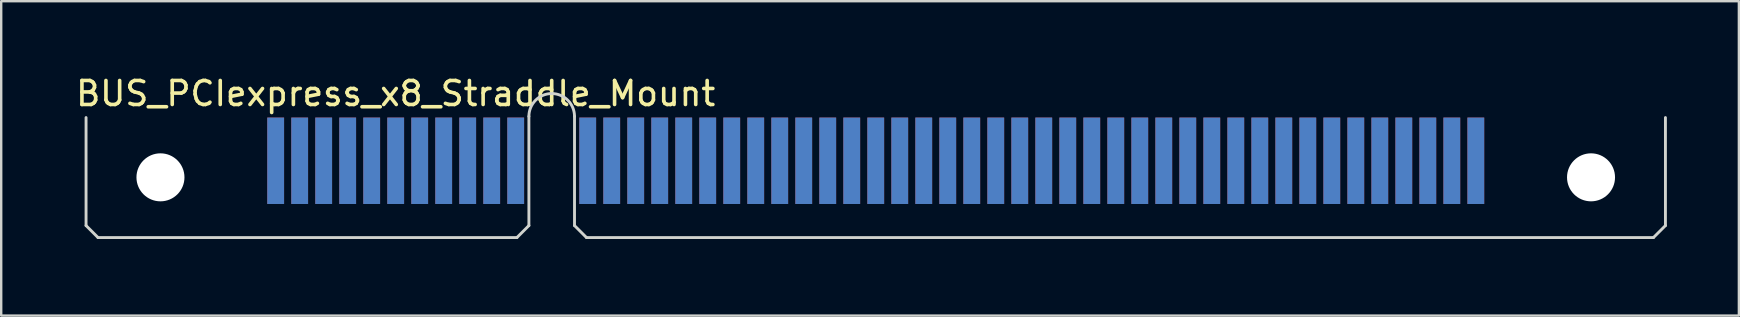
<source format=kicad_pcb>
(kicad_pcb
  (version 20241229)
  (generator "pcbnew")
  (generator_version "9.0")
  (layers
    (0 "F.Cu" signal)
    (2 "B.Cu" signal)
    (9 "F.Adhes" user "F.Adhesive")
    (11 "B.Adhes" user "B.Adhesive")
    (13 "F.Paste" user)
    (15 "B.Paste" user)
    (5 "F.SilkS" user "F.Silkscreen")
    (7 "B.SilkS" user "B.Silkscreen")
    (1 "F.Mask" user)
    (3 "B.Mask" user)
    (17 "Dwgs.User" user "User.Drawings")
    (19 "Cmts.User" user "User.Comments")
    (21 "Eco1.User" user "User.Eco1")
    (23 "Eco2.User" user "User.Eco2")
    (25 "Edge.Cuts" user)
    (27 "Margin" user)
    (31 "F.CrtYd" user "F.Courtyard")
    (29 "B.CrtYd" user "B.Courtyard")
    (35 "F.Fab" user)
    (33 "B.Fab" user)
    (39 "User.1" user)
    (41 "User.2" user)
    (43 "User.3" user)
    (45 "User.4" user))
  (footprint "BUS_PCIexpress_x8_Straddle_Mount"
    (layer "F.Cu")
    (at 19.935 6.848)
    (property "Reference" "BUS_PCIexpress_x8_Straddle_Mount" (at -6.5 -6 0) (layer "F.SilkS") (effects (font (size 1 1) (thickness 0.15))))
    (attr through_hole)
    (fp_line (start -19.4 -5) (end -19.4 -0.5) (stroke (width 0.12) (type solid)) (layer "Edge.Cuts"))
    (fp_line (start -19.4 -0.5) (end -18.9 0) (stroke (width 0.12) (type solid)) (layer "Edge.Cuts"))
    (fp_line (start -18.9 0) (end -1.45 0) (stroke (width 0.12) (type solid)) (layer "Edge.Cuts"))
    (fp_line (start -1.45 0) (end -0.95 -0.5) (stroke (width 0.12) (type solid)) (layer "Edge.Cuts"))
    (fp_line (start -0.95 -0.5) (end -0.95 -5.05) (stroke (width 0.12) (type solid)) (layer "Edge.Cuts"))
    (fp_line (start 0.95 -0.5) (end 0.95 -5.05) (stroke (width 0.12) (type solid)) (layer "Edge.Cuts"))
    (fp_line (start 0.95 -0.5) (end 1.45 0) (stroke (width 0.12) (type solid)) (layer "Edge.Cuts"))
    (fp_line (start 1.45 0) (end 45.9 0) (stroke (width 0.12) (type solid)) (layer "Edge.Cuts"))
    (fp_line (start 45.9 0) (end 46.4 -0.5) (stroke (width 0.12) (type solid)) (layer "Edge.Cuts"))
    (fp_line (start 46.4 -0.5) (end 46.4 -5) (stroke (width 0.12) (type solid)) (layer "Edge.Cuts"))
    (fp_arc (start -0.95 -5.05) (mid 0 -6) (end 0.95 -5.05) (stroke (width 0.12) (type solid)) (layer "Edge.Cuts"))
    (pad "" np_thru_hole circle (at -16.3 -2.51) (size 2 2) (drill 2) (layers "*.Cu" "*.Mask"))
    (pad "" np_thru_hole circle (at 43.3 -2.51) (size 2 2) (drill 2) (layers "*.Cu" "*.Mask"))
    (pad "A1" smd rect (at -11.5 -3.2) (size 0.7 3.6) (layers "F.Cu" "F.Mask" "F.Paste"))
    (pad "A2" smd rect (at -10.5 -3.2) (size 0.7 3.6) (layers "F.Cu" "F.Mask" "F.Paste"))
    (pad "A3" smd rect (at -9.5 -3.2) (size 0.7 3.6) (layers "F.Cu" "F.Mask" "F.Paste"))
    (pad "A4" smd rect (at -8.5 -3.2) (size 0.7 3.6) (layers "F.Cu" "F.Mask" "F.Paste"))
    (pad "A5" smd rect (at -7.5 -3.2) (size 0.7 3.6) (layers "F.Cu" "F.Mask" "F.Paste"))
    (pad "A6" smd rect (at -6.5 -3.2) (size 0.7 3.6) (layers "F.Cu" "F.Mask" "F.Paste"))
    (pad "A7" smd rect (at -5.5 -3.2) (size 0.7 3.6) (layers "F.Cu" "F.Mask" "F.Paste"))
    (pad "A8" smd rect (at -4.5 -3.2) (size 0.7 3.6) (layers "F.Cu" "F.Mask" "F.Paste"))
    (pad "A9" smd rect (at -3.5 -3.2) (size 0.7 3.6) (layers "F.Cu" "F.Mask" "F.Paste"))
    (pad "A10" smd rect (at -2.5 -3.2) (size 0.7 3.6) (layers "F.Cu" "F.Mask" "F.Paste"))
    (pad "A11" smd rect (at -1.5 -3.2) (size 0.7 3.6) (layers "F.Cu" "F.Mask" "F.Paste"))
    (pad "A12" smd rect (at 1.5 -3.2) (size 0.7 3.6) (layers "F.Cu" "F.Mask" "F.Paste"))
    (pad "A13" smd rect (at 2.5 -3.2) (size 0.7 3.6) (layers "F.Cu" "F.Mask" "F.Paste"))
    (pad "A14" smd rect (at 3.5 -3.2) (size 0.7 3.6) (layers "F.Cu" "F.Mask" "F.Paste"))
    (pad "A15" smd rect (at 4.5 -3.2) (size 0.7 3.6) (layers "F.Cu" "F.Mask" "F.Paste"))
    (pad "A16" smd rect (at 5.5 -3.2) (size 0.7 3.6) (layers "F.Cu" "F.Mask" "F.Paste"))
    (pad "A17" smd rect (at 6.5 -3.2) (size 0.7 3.6) (layers "F.Cu" "F.Mask" "F.Paste"))
    (pad "A18" smd rect (at 7.5 -3.2) (size 0.7 3.6) (layers "F.Cu" "F.Mask" "F.Paste"))
    (pad "A19" smd rect (at 8.5 -3.2) (size 0.7 3.6) (layers "F.Cu" "F.Mask" "F.Paste"))
    (pad "A20" smd rect (at 9.5 -3.2) (size 0.7 3.6) (layers "F.Cu" "F.Mask" "F.Paste"))
    (pad "A21" smd rect (at 10.5 -3.2) (size 0.7 3.6) (layers "F.Cu" "F.Mask" "F.Paste"))
    (pad "A22" smd rect (at 11.5 -3.2) (size 0.7 3.6) (layers "F.Cu" "F.Mask" "F.Paste"))
    (pad "A23" smd rect (at 12.5 -3.2) (size 0.7 3.6) (layers "F.Cu" "F.Mask" "F.Paste"))
    (pad "A24" smd rect (at 13.5 -3.2) (size 0.7 3.6) (layers "F.Cu" "F.Mask" "F.Paste"))
    (pad "A25" smd rect (at 14.5 -3.2) (size 0.7 3.6) (layers "F.Cu" "F.Mask" "F.Paste"))
    (pad "A26" smd rect (at 15.5 -3.2) (size 0.7 3.6) (layers "F.Cu" "F.Mask" "F.Paste"))
    (pad "A27" smd rect (at 16.5 -3.2) (size 0.7 3.6) (layers "F.Cu" "F.Mask" "F.Paste"))
    (pad "A28" smd rect (at 17.5 -3.2) (size 0.7 3.6) (layers "F.Cu" "F.Mask" "F.Paste"))
    (pad "A29" smd rect (at 18.5 -3.2) (size 0.7 3.6) (layers "F.Cu" "F.Mask" "F.Paste"))
    (pad "A30" smd rect (at 19.5 -3.2) (size 0.7 3.6) (layers "F.Cu" "F.Mask" "F.Paste"))
    (pad "A31" smd rect (at 20.5 -3.2) (size 0.7 3.6) (layers "F.Cu" "F.Mask" "F.Paste"))
    (pad "A32" smd rect (at 21.5 -3.2) (size 0.7 3.6) (layers "F.Cu" "F.Mask" "F.Paste"))
    (pad "A33" smd rect (at 22.5 -3.2) (size 0.7 3.6) (layers "F.Cu" "F.Mask" "F.Paste"))
    (pad "A34" smd rect (at 23.5 -3.2) (size 0.7 3.6) (layers "F.Cu" "F.Mask" "F.Paste"))
    (pad "A35" smd rect (at 24.5 -3.2) (size 0.7 3.6) (layers "F.Cu" "F.Mask" "F.Paste"))
    (pad "A36" smd rect (at 25.5 -3.2) (size 0.7 3.6) (layers "F.Cu" "F.Mask" "F.Paste"))
    (pad "A37" smd rect (at 26.5 -3.2) (size 0.7 3.6) (layers "F.Cu" "F.Mask" "F.Paste"))
    (pad "A38" smd rect (at 27.5 -3.2) (size 0.7 3.6) (layers "F.Cu" "F.Mask" "F.Paste"))
    (pad "A39" smd rect (at 28.5 -3.2) (size 0.7 3.6) (layers "F.Cu" "F.Mask" "F.Paste"))
    (pad "A40" smd rect (at 29.5 -3.2) (size 0.7 3.6) (layers "F.Cu" "F.Mask" "F.Paste"))
    (pad "A41" smd rect (at 30.5 -3.2) (size 0.7 3.6) (layers "F.Cu" "F.Mask" "F.Paste"))
    (pad "A42" smd rect (at 31.5 -3.2) (size 0.7 3.6) (layers "F.Cu" "F.Mask" "F.Paste"))
    (pad "A43" smd rect (at 32.5 -3.2) (size 0.7 3.6) (layers "F.Cu" "F.Mask" "F.Paste"))
    (pad "A44" smd rect (at 33.5 -3.2) (size 0.7 3.6) (layers "F.Cu" "F.Mask" "F.Paste"))
    (pad "A45" smd rect (at 34.5 -3.2) (size 0.7 3.6) (layers "F.Cu" "F.Mask" "F.Paste"))
    (pad "A46" smd rect (at 35.5 -3.2) (size 0.7 3.6) (layers "F.Cu" "F.Mask" "F.Paste"))
    (pad "A47" smd rect (at 36.5 -3.2) (size 0.7 3.6) (layers "F.Cu" "F.Mask" "F.Paste"))
    (pad "A48" smd rect (at 37.5 -3.2) (size 0.7 3.6) (layers "F.Cu" "F.Mask" "F.Paste"))
    (pad "A49" smd rect (at 38.5 -3.2) (size 0.7 3.6) (layers "F.Cu" "F.Mask" "F.Paste"))
    (pad "B1" smd rect (at -11.5 -3.2) (size 0.7 3.6) (layers "B.Cu" "B.Mask" "B.Paste"))
    (pad "B2" smd rect (at -10.5 -3.2) (size 0.7 3.6) (layers "B.Cu" "B.Mask" "B.Paste"))
    (pad "B3" smd rect (at -9.5 -3.2) (size 0.7 3.6) (layers "B.Cu" "B.Mask" "B.Paste"))
    (pad "B4" smd rect (at -8.5 -3.2) (size 0.7 3.6) (layers "B.Cu" "B.Mask" "B.Paste"))
    (pad "B5" smd rect (at -7.5 -3.2) (size 0.7 3.6) (layers "B.Cu" "B.Mask" "B.Paste"))
    (pad "B6" smd rect (at -6.5 -3.2) (size 0.7 3.6) (layers "B.Cu" "B.Mask" "B.Paste"))
    (pad "B7" smd rect (at -5.5 -3.2) (size 0.7 3.6) (layers "B.Cu" "B.Mask" "B.Paste"))
    (pad "B8" smd rect (at -4.5 -3.2) (size 0.7 3.6) (layers "B.Cu" "B.Mask" "B.Paste"))
    (pad "B9" smd rect (at -3.5 -3.2) (size 0.7 3.6) (layers "B.Cu" "B.Mask" "B.Paste"))
    (pad "B10" smd rect (at -2.5 -3.2) (size 0.7 3.6) (layers "B.Cu" "B.Mask" "B.Paste"))
    (pad "B11" smd rect (at -1.5 -3.2) (size 0.7 3.6) (layers "B.Cu" "B.Mask" "B.Paste"))
    (pad "B12" smd rect (at 1.5 -3.2) (size 0.7 3.6) (layers "B.Cu" "B.Mask" "B.Paste"))
    (pad "B13" smd rect (at 2.5 -3.2) (size 0.7 3.6) (layers "B.Cu" "B.Mask" "B.Paste"))
    (pad "B14" smd rect (at 3.5 -3.2) (size 0.7 3.6) (layers "B.Cu" "B.Mask" "B.Paste"))
    (pad "B15" smd rect (at 4.5 -3.2) (size 0.7 3.6) (layers "B.Cu" "B.Mask" "B.Paste"))
    (pad "B16" smd rect (at 5.5 -3.2) (size 0.7 3.6) (layers "B.Cu" "B.Mask" "B.Paste"))
    (pad "B17" smd rect (at 6.5 -3.2) (size 0.7 3.6) (layers "B.Cu" "B.Mask" "B.Paste"))
    (pad "B18" smd rect (at 7.5 -3.2) (size 0.7 3.6) (layers "B.Cu" "B.Mask" "B.Paste"))
    (pad "B19" smd rect (at 8.5 -3.2) (size 0.7 3.6) (layers "B.Cu" "B.Mask" "B.Paste"))
    (pad "B20" smd rect (at 9.5 -3.2) (size 0.7 3.6) (layers "B.Cu" "B.Mask" "B.Paste"))
    (pad "B21" smd rect (at 10.5 -3.2) (size 0.7 3.6) (layers "B.Cu" "B.Mask" "B.Paste"))
    (pad "B22" smd rect (at 11.5 -3.2) (size 0.7 3.6) (layers "B.Cu" "B.Mask" "B.Paste"))
    (pad "B23" smd rect (at 12.5 -3.2) (size 0.7 3.6) (layers "B.Cu" "B.Mask" "B.Paste"))
    (pad "B24" smd rect (at 13.5 -3.2) (size 0.7 3.6) (layers "B.Cu" "B.Mask" "B.Paste"))
    (pad "B25" smd rect (at 14.5 -3.2) (size 0.7 3.6) (layers "B.Cu" "B.Mask" "B.Paste"))
    (pad "B26" smd rect (at 15.5 -3.2) (size 0.7 3.6) (layers "B.Cu" "B.Mask" "B.Paste"))
    (pad "B27" smd rect (at 16.5 -3.2) (size 0.7 3.6) (layers "B.Cu" "B.Mask" "B.Paste"))
    (pad "B28" smd rect (at 17.5 -3.2) (size 0.7 3.6) (layers "B.Cu" "B.Mask" "B.Paste"))
    (pad "B29" smd rect (at 18.5 -3.2) (size 0.7 3.6) (layers "B.Cu" "B.Mask" "B.Paste"))
    (pad "B30" smd rect (at 19.5 -3.2) (size 0.7 3.6) (layers "B.Cu" "B.Mask" "B.Paste"))
    (pad "B31" smd rect (at 20.5 -3.2) (size 0.7 3.6) (layers "B.Cu" "B.Mask" "B.Paste"))
    (pad "B32" smd rect (at 21.5 -3.2) (size 0.7 3.6) (layers "B.Cu" "B.Mask" "B.Paste"))
    (pad "B33" smd rect (at 22.5 -3.2) (size 0.7 3.6) (layers "B.Cu" "B.Mask" "B.Paste"))
    (pad "B34" smd rect (at 23.5 -3.2) (size 0.7 3.6) (layers "B.Cu" "B.Mask" "B.Paste"))
    (pad "B35" smd rect (at 24.5 -3.2) (size 0.7 3.6) (layers "B.Cu" "B.Mask" "B.Paste"))
    (pad "B36" smd rect (at 25.5 -3.2) (size 0.7 3.6) (layers "B.Cu" "B.Mask" "B.Paste"))
    (pad "B37" smd rect (at 26.5 -3.2) (size 0.7 3.6) (layers "B.Cu" "B.Mask" "B.Paste"))
    (pad "B38" smd rect (at 27.5 -3.2) (size 0.7 3.6) (layers "B.Cu" "B.Mask" "B.Paste"))
    (pad "B39" smd rect (at 28.5 -3.2) (size 0.7 3.6) (layers "B.Cu" "B.Mask" "B.Paste"))
    (pad "B40" smd rect (at 29.5 -3.2) (size 0.7 3.6) (layers "B.Cu" "B.Mask" "B.Paste"))
    (pad "B41" smd rect (at 30.5 -3.2) (size 0.7 3.6) (layers "B.Cu" "B.Mask" "B.Paste"))
    (pad "B42" smd rect (at 31.5 -3.2) (size 0.7 3.6) (layers "B.Cu" "B.Mask" "B.Paste"))
    (pad "B43" smd rect (at 32.5 -3.2) (size 0.7 3.6) (layers "B.Cu" "B.Mask" "B.Paste"))
    (pad "B44" smd rect (at 33.5 -3.2) (size 0.7 3.6) (layers "B.Cu" "B.Mask" "B.Paste"))
    (pad "B45" smd rect (at 34.5 -3.2) (size 0.7 3.6) (layers "B.Cu" "B.Mask" "B.Paste"))
    (pad "B46" smd rect (at 35.5 -3.2) (size 0.7 3.6) (layers "B.Cu" "B.Mask" "B.Paste"))
    (pad "B47" smd rect (at 36.5 -3.2) (size 0.7 3.6) (layers "B.Cu" "B.Mask" "B.Paste"))
    (pad "B48" smd rect (at 37.5 -3.2) (size 0.7 3.6) (layers "B.Cu" "B.Mask" "B.Paste"))
    (pad "B49" smd rect (at 38.5 -3.2) (size 0.7 3.6) (layers "B.Cu" "B.Mask" "B.Paste")))
  (gr_rect
    (start -3 -3)
    (end 69.395 10.098)
    (stroke (width 0.1) (type default))
    (fill no)
    (layer "Edge.Cuts")))
</source>
